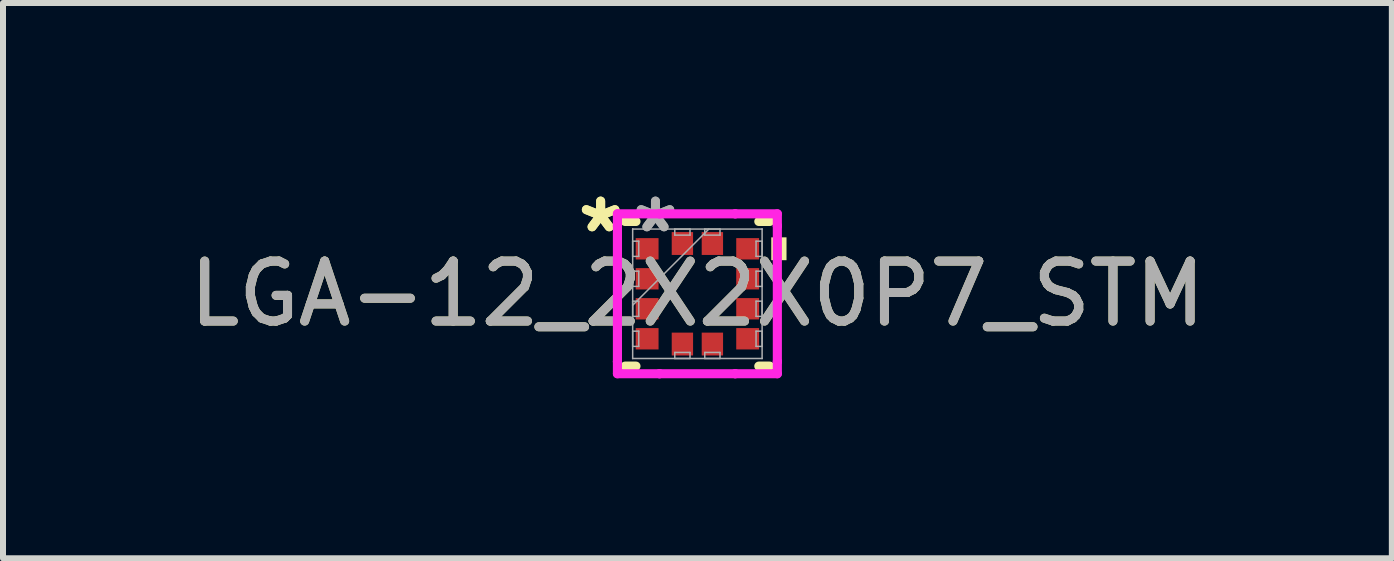
<source format=kicad_pcb>
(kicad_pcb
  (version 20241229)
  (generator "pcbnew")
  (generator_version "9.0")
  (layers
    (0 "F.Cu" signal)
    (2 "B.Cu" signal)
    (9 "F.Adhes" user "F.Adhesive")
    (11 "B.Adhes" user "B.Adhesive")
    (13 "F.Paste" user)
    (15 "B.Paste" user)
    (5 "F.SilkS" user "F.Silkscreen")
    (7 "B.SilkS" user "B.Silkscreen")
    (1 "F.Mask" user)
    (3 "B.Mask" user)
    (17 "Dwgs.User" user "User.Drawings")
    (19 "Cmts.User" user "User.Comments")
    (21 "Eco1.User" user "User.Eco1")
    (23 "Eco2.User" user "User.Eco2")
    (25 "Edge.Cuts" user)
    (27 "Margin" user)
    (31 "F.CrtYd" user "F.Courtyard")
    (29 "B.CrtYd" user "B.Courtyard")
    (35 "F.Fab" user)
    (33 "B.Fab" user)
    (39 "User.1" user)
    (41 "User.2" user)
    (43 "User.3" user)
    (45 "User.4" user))
  (footprint "LGA-12_2X2X0P7_STM"
    (layer "F.Cu")
    (at 8.577 1.848)
    (property "Reference" "LGA-12_2X2X0P7_STM" (at 0 0 0) (unlocked yes) (layer "F.SilkS") (effects (font (size 1 1) (thickness 0.15))))
    (attr smd)
    (fp_line (start -1.206 1.206) (end -1.024 1.206) (stroke (width 0.152) (type solid)) (layer "F.SilkS"))
    (fp_line (start -1.024 -1.206) (end -1.206 -1.206) (stroke (width 0.152) (type solid)) (layer "F.SilkS"))
    (fp_line (start 1.024 1.206) (end 1.206 1.206) (stroke (width 0.152) (type solid)) (layer "F.SilkS"))
    (fp_line (start 1.206 -1.206) (end 1.024 -1.206) (stroke (width 0.152) (type solid)) (layer "F.SilkS"))
    (fp_poly (pts (xy 1.486 -0.941) (xy 1.486 -0.56) (xy 1.232 -0.56) (xy 1.232 -0.941)) (stroke (width 0) (type solid)) (fill yes) (layer "F.SilkS"))
    (fp_line (start -1.333 -1.333) (end -0.631 -1.333) (stroke (width 0.152) (type solid)) (layer "F.CrtYd"))
    (fp_line (start -1.333 -1.131) (end -1.333 -1.333) (stroke (width 0.152) (type solid)) (layer "F.CrtYd"))
    (fp_line (start -1.333 -1.131) (end -1.333 -1.131) (stroke (width 0.152) (type solid)) (layer "F.CrtYd"))
    (fp_line (start -1.333 1.131) (end -1.333 -1.131) (stroke (width 0.152) (type solid)) (layer "F.CrtYd"))
    (fp_line (start -1.333 1.131) (end -1.333 1.131) (stroke (width 0.152) (type solid)) (layer "F.CrtYd"))
    (fp_line (start -1.333 1.333) (end -1.333 1.131) (stroke (width 0.152) (type solid)) (layer "F.CrtYd"))
    (fp_line (start -0.631 -1.333) (end -0.631 -1.333) (stroke (width 0.152) (type solid)) (layer "F.CrtYd"))
    (fp_line (start -0.631 -1.333) (end 0.631 -1.333) (stroke (width 0.152) (type solid)) (layer "F.CrtYd"))
    (fp_line (start -0.631 1.333) (end -1.333 1.333) (stroke (width 0.152) (type solid)) (layer "F.CrtYd"))
    (fp_line (start -0.631 1.333) (end -0.631 1.333) (stroke (width 0.152) (type solid)) (layer "F.CrtYd"))
    (fp_line (start 0.631 -1.333) (end 0.631 -1.333) (stroke (width 0.152) (type solid)) (layer "F.CrtYd"))
    (fp_line (start 0.631 -1.333) (end 1.333 -1.333) (stroke (width 0.152) (type solid)) (layer "F.CrtYd"))
    (fp_line (start 0.631 1.333) (end -0.631 1.333) (stroke (width 0.152) (type solid)) (layer "F.CrtYd"))
    (fp_line (start 0.631 1.333) (end 0.631 1.333) (stroke (width 0.152) (type solid)) (layer "F.CrtYd"))
    (fp_line (start 1.333 -1.333) (end 1.333 -1.131) (stroke (width 0.152) (type solid)) (layer "F.CrtYd"))
    (fp_line (start 1.333 -1.131) (end 1.333 -1.131) (stroke (width 0.152) (type solid)) (layer "F.CrtYd"))
    (fp_line (start 1.333 -1.131) (end 1.333 1.131) (stroke (width 0.152) (type solid)) (layer "F.CrtYd"))
    (fp_line (start 1.333 1.131) (end 1.333 1.131) (stroke (width 0.152) (type solid)) (layer "F.CrtYd"))
    (fp_line (start 1.333 1.131) (end 1.333 1.333) (stroke (width 0.152) (type solid)) (layer "F.CrtYd"))
    (fp_line (start 1.333 1.333) (end 0.631 1.333) (stroke (width 0.152) (type solid)) (layer "F.CrtYd"))
    (fp_line (start -1.079 -1.079) (end -1.079 -1.079) (stroke (width 0.025) (type solid)) (layer "F.Fab"))
    (fp_line (start -1.079 -1.079) (end -1.079 1.079) (stroke (width 0.025) (type solid)) (layer "F.Fab"))
    (fp_line (start -1.079 -0.877) (end -0.978 -0.877) (stroke (width 0.025) (type solid)) (layer "F.Fab"))
    (fp_line (start -1.079 -0.623) (end -1.079 -0.877) (stroke (width 0.025) (type solid)) (layer "F.Fab"))
    (fp_line (start -1.079 -0.377) (end -0.978 -0.377) (stroke (width 0.025) (type solid)) (layer "F.Fab"))
    (fp_line (start -1.079 -0.123) (end -1.079 -0.377) (stroke (width 0.025) (type solid)) (layer "F.Fab"))
    (fp_line (start -1.079 0.123) (end -0.978 0.123) (stroke (width 0.025) (type solid)) (layer "F.Fab"))
    (fp_line (start -1.079 0.191) (end 0.191 -1.079) (stroke (width 0.025) (type solid)) (layer "F.Fab"))
    (fp_line (start -1.079 0.377) (end -1.079 0.123) (stroke (width 0.025) (type solid)) (layer "F.Fab"))
    (fp_line (start -1.079 0.623) (end -0.978 0.623) (stroke (width 0.025) (type solid)) (layer "F.Fab"))
    (fp_line (start -1.079 0.877) (end -1.079 0.623) (stroke (width 0.025) (type solid)) (layer "F.Fab"))
    (fp_line (start -1.079 1.079) (end -1.079 1.079) (stroke (width 0.025) (type solid)) (layer "F.Fab"))
    (fp_line (start -1.079 1.079) (end 1.079 1.079) (stroke (width 0.025) (type solid)) (layer "F.Fab"))
    (fp_line (start -0.978 -0.877) (end -0.978 -0.623) (stroke (width 0.025) (type solid)) (layer "F.Fab"))
    (fp_line (start -0.978 -0.623) (end -1.079 -0.623) (stroke (width 0.025) (type solid)) (layer "F.Fab"))
    (fp_line (start -0.978 -0.377) (end -0.978 -0.123) (stroke (width 0.025) (type solid)) (layer "F.Fab"))
    (fp_line (start -0.978 -0.123) (end -1.079 -0.123) (stroke (width 0.025) (type solid)) (layer "F.Fab"))
    (fp_line (start -0.978 0.123) (end -0.978 0.377) (stroke (width 0.025) (type solid)) (layer "F.Fab"))
    (fp_line (start -0.978 0.377) (end -1.079 0.377) (stroke (width 0.025) (type solid)) (layer "F.Fab"))
    (fp_line (start -0.978 0.623) (end -0.978 0.877) (stroke (width 0.025) (type solid)) (layer "F.Fab"))
    (fp_line (start -0.978 0.877) (end -1.079 0.877) (stroke (width 0.025) (type solid)) (layer "F.Fab"))
    (fp_line (start -0.377 -1.079) (end -0.123 -1.079) (stroke (width 0.025) (type solid)) (layer "F.Fab"))
    (fp_line (start -0.377 -0.978) (end -0.377 -1.079) (stroke (width 0.025) (type solid)) (layer "F.Fab"))
    (fp_line (start -0.377 0.978) (end -0.123 0.978) (stroke (width 0.025) (type solid)) (layer "F.Fab"))
    (fp_line (start -0.377 1.079) (end -0.377 0.978) (stroke (width 0.025) (type solid)) (layer "F.Fab"))
    (fp_line (start -0.123 -1.079) (end -0.123 -0.978) (stroke (width 0.025) (type solid)) (layer "F.Fab"))
    (fp_line (start -0.123 -0.978) (end -0.377 -0.978) (stroke (width 0.025) (type solid)) (layer "F.Fab"))
    (fp_line (start -0.123 0.978) (end -0.123 1.079) (stroke (width 0.025) (type solid)) (layer "F.Fab"))
    (fp_line (start -0.123 1.079) (end -0.377 1.079) (stroke (width 0.025) (type solid)) (layer "F.Fab"))
    (fp_line (start 0.123 -1.079) (end 0.377 -1.079) (stroke (width 0.025) (type solid)) (layer "F.Fab"))
    (fp_line (start 0.123 -0.978) (end 0.123 -1.079) (stroke (width 0.025) (type solid)) (layer "F.Fab"))
    (fp_line (start 0.123 0.978) (end 0.377 0.978) (stroke (width 0.025) (type solid)) (layer "F.Fab"))
    (fp_line (start 0.123 1.079) (end 0.123 0.978) (stroke (width 0.025) (type solid)) (layer "F.Fab"))
    (fp_line (start 0.377 -1.079) (end 0.377 -0.978) (stroke (width 0.025) (type solid)) (layer "F.Fab"))
    (fp_line (start 0.377 -0.978) (end 0.123 -0.978) (stroke (width 0.025) (type solid)) (layer "F.Fab"))
    (fp_line (start 0.377 0.978) (end 0.377 1.079) (stroke (width 0.025) (type solid)) (layer "F.Fab"))
    (fp_line (start 0.377 1.079) (end 0.123 1.079) (stroke (width 0.025) (type solid)) (layer "F.Fab"))
    (fp_line (start 0.978 -0.877) (end 1.079 -0.877) (stroke (width 0.025) (type solid)) (layer "F.Fab"))
    (fp_line (start 0.978 -0.623) (end 0.978 -0.877) (stroke (width 0.025) (type solid)) (layer "F.Fab"))
    (fp_line (start 0.978 -0.377) (end 1.079 -0.377) (stroke (width 0.025) (type solid)) (layer "F.Fab"))
    (fp_line (start 0.978 -0.123) (end 0.978 -0.377) (stroke (width 0.025) (type solid)) (layer "F.Fab"))
    (fp_line (start 0.978 0.123) (end 1.079 0.123) (stroke (width 0.025) (type solid)) (layer "F.Fab"))
    (fp_line (start 0.978 0.377) (end 0.978 0.123) (stroke (width 0.025) (type solid)) (layer "F.Fab"))
    (fp_line (start 0.978 0.623) (end 1.079 0.623) (stroke (width 0.025) (type solid)) (layer "F.Fab"))
    (fp_line (start 0.978 0.877) (end 0.978 0.623) (stroke (width 0.025) (type solid)) (layer "F.Fab"))
    (fp_line (start 1.079 -1.079) (end -1.079 -1.079) (stroke (width 0.025) (type solid)) (layer "F.Fab"))
    (fp_line (start 1.079 -1.079) (end 1.079 -1.079) (stroke (width 0.025) (type solid)) (layer "F.Fab"))
    (fp_line (start 1.079 -0.877) (end 1.079 -0.623) (stroke (width 0.025) (type solid)) (layer "F.Fab"))
    (fp_line (start 1.079 -0.623) (end 0.978 -0.623) (stroke (width 0.025) (type solid)) (layer "F.Fab"))
    (fp_line (start 1.079 -0.377) (end 1.079 -0.123) (stroke (width 0.025) (type solid)) (layer "F.Fab"))
    (fp_line (start 1.079 -0.123) (end 0.978 -0.123) (stroke (width 0.025) (type solid)) (layer "F.Fab"))
    (fp_line (start 1.079 0.123) (end 1.079 0.377) (stroke (width 0.025) (type solid)) (layer "F.Fab"))
    (fp_line (start 1.079 0.377) (end 0.978 0.377) (stroke (width 0.025) (type solid)) (layer "F.Fab"))
    (fp_line (start 1.079 0.623) (end 1.079 0.877) (stroke (width 0.025) (type solid)) (layer "F.Fab"))
    (fp_line (start 1.079 0.877) (end 0.978 0.877) (stroke (width 0.025) (type solid)) (layer "F.Fab"))
    (fp_line (start 1.079 1.079) (end 1.079 -1.079) (stroke (width 0.025) (type solid)) (layer "F.Fab"))
    (fp_line (start 1.079 1.079) (end 1.079 1.079) (stroke (width 0.025) (type solid)) (layer "F.Fab"))
    (fp_text user "*" (at -1.613 -1 0) (layer "F.SilkS") (effects (font (size 1 1) (thickness 0.15))))
    (fp_text user "*" (at -1.613 -1 0) (unlocked yes) (layer "F.SilkS") (effects (font (size 1 1) (thickness 0.15))))
    (fp_text user "*" (at -0.699 -1 0) (unlocked yes) (layer "F.Fab") (effects (font (size 1 1) (thickness 0.15))))
    (fp_text user "${REFERENCE}" (at 0 0 0) (unlocked yes) (layer "F.Fab") (effects (font (size 1 1) (thickness 0.15))))
    (fp_text user "*" (at -0.699 -1 0) (layer "F.Fab") (effects (font (size 1 1) (thickness 0.15))))
    (pad "1" smd rect (at -0.838 -0.75 90) (size 0.356 0.381) (layers "F.Cu" "F.Mask" "F.Paste"))
    (pad "2" smd rect (at -0.838 -0.25 90) (size 0.356 0.381) (layers "F.Cu" "F.Mask" "F.Paste"))
    (pad "3" smd rect (at -0.838 0.25 90) (size 0.356 0.381) (layers "F.Cu" "F.Mask" "F.Paste"))
    (pad "4" smd rect (at -0.838 0.75 90) (size 0.356 0.381) (layers "F.Cu" "F.Mask" "F.Paste"))
    (pad "5" smd rect (at -0.25 0.838) (size 0.356 0.381) (layers "F.Cu" "F.Mask" "F.Paste"))
    (pad "6" smd rect (at 0.25 0.838) (size 0.356 0.381) (layers "F.Cu" "F.Mask" "F.Paste"))
    (pad "7" smd rect (at 0.838 0.75 90) (size 0.356 0.381) (layers "F.Cu" "F.Mask" "F.Paste"))
    (pad "8" smd rect (at 0.838 0.25 90) (size 0.356 0.381) (layers "F.Cu" "F.Mask" "F.Paste"))
    (pad "9" smd rect (at 0.838 -0.25 90) (size 0.356 0.381) (layers "F.Cu" "F.Mask" "F.Paste"))
    (pad "10" smd rect (at 0.838 -0.75 90) (size 0.356 0.381) (layers "F.Cu" "F.Mask" "F.Paste"))
    (pad "11" smd rect (at 0.25 -0.838) (size 0.356 0.381) (layers "F.Cu" "F.Mask" "F.Paste"))
    (pad "12" smd rect (at -0.25 -0.838) (size 0.356 0.381) (layers "F.Cu" "F.Mask" "F.Paste")))
  (gr_rect
    (start -3 -3)
    (end 20.155 6.258)
    (stroke (width 0.1) (type default))
    (fill no)
    (layer "Edge.Cuts")))
</source>
